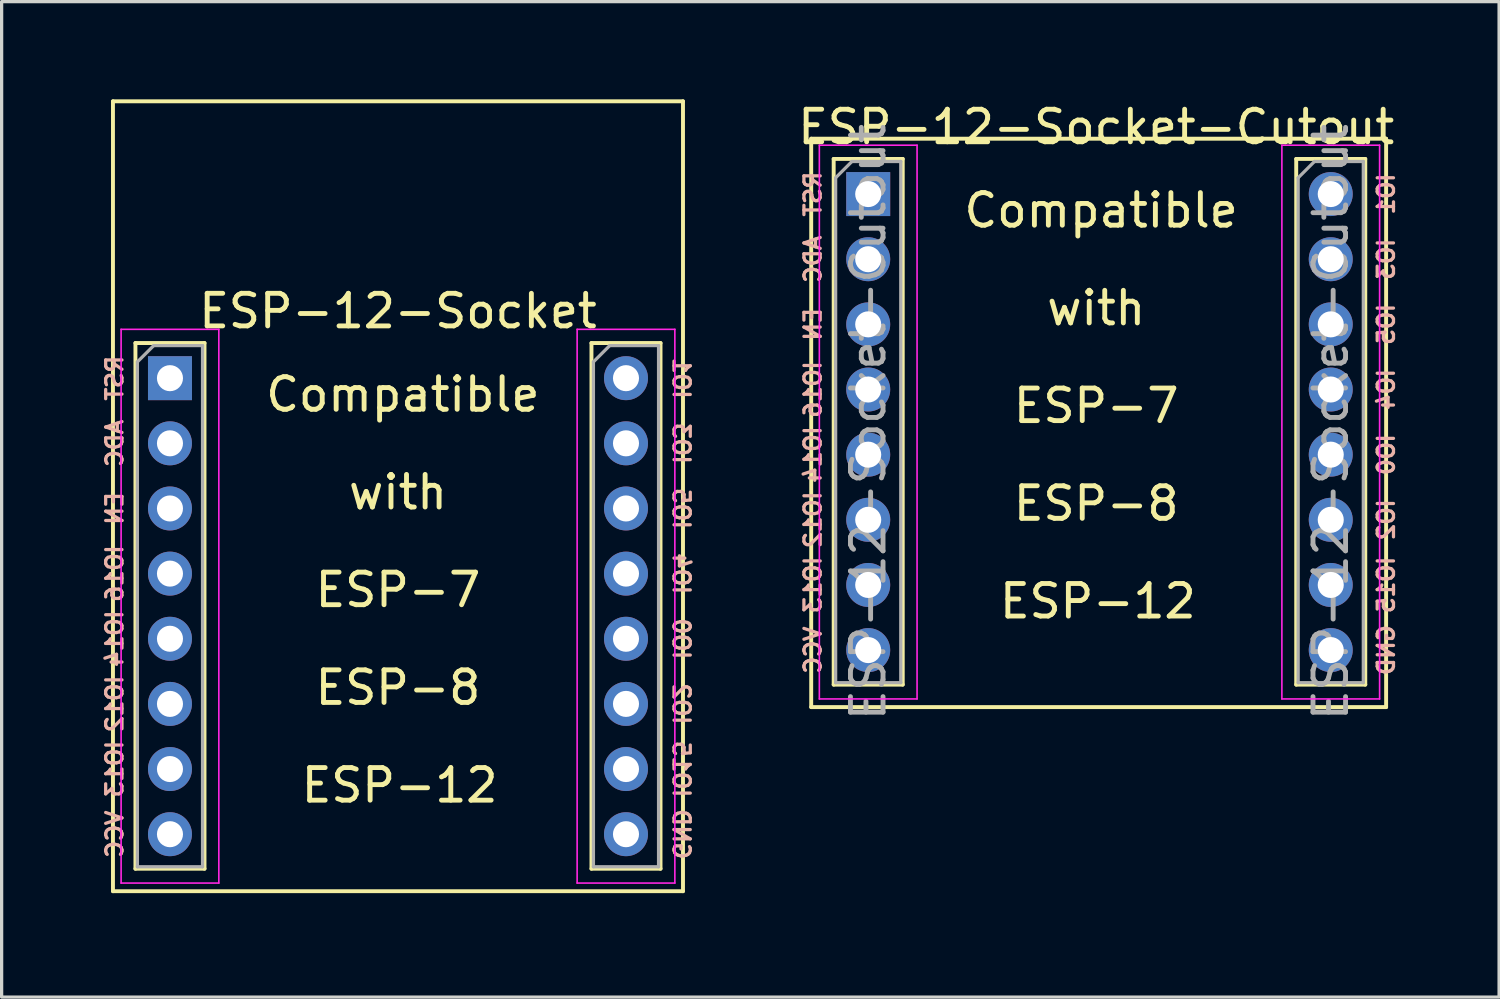
<source format=kicad_pcb>
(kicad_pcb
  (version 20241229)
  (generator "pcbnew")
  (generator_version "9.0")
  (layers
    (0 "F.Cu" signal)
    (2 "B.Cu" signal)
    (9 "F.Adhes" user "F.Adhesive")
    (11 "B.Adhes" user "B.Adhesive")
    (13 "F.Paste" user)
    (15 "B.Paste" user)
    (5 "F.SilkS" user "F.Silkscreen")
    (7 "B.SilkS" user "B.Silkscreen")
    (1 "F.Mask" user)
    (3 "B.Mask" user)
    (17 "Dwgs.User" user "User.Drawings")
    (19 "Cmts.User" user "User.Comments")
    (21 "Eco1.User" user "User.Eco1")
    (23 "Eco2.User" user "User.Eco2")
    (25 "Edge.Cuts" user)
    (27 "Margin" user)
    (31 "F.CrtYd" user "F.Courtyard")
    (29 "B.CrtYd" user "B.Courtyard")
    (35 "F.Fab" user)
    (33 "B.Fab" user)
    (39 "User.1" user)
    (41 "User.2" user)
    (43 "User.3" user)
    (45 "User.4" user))
  (footprint "ESP-12-Socket-Cutout"
    (layer "F.Cu")
    (at 23.604 2.908)
    (property "Reference" "ESP-12-Socket-Cutout" (at 7 -2.06 0) (layer "F.SilkS") (effects (font (size 1 1) (thickness 0.15))))
    (attr through_hole)
    (fp_line (start -1.75 15.75) (end -1.75 -1.7) (stroke (width 0.12) (type solid)) (layer "F.SilkS"))
    (fp_line (start -1.06 -1.079) (end -1.06 15.06) (stroke (width 0.12) (type solid)) (layer "F.SilkS"))
    (fp_line (start -1.06 -1.079) (end 1.06 -1.079) (stroke (width 0.12) (type solid)) (layer "F.SilkS"))
    (fp_line (start -1.06 15.06) (end 1.06 15.06) (stroke (width 0.12) (type solid)) (layer "F.SilkS"))
    (fp_line (start 1.06 -1.079) (end 1.06 15.06) (stroke (width 0.12) (type solid)) (layer "F.SilkS"))
    (fp_line (start 13.14 -1.079) (end 13.14 15.06) (stroke (width 0.12) (type solid)) (layer "F.SilkS"))
    (fp_line (start 13.14 -1.079) (end 15.26 -1.079) (stroke (width 0.12) (type solid)) (layer "F.SilkS"))
    (fp_line (start 13.14 15.06) (end 15.26 15.06) (stroke (width 0.12) (type solid)) (layer "F.SilkS"))
    (fp_line (start 15.26 -1.079) (end 15.26 15.06) (stroke (width 0.12) (type solid)) (layer "F.SilkS"))
    (fp_line (start 15.9 -1.7) (end -1.75 -1.7) (stroke (width 0.12) (type solid)) (layer "F.SilkS"))
    (fp_line (start 15.9 15.75) (end -1.75 15.75) (stroke (width 0.12) (type solid)) (layer "F.SilkS"))
    (fp_line (start 15.9 15.75) (end 15.9 -1.7) (stroke (width 0.12) (type solid)) (layer "F.SilkS"))
    (fp_line (start -1.5 -1.5) (end -1.5 15.5) (stroke (width 0.05) (type solid)) (layer "F.CrtYd"))
    (fp_line (start -1.5 15.5) (end 1.5 15.5) (stroke (width 0.05) (type solid)) (layer "F.CrtYd"))
    (fp_line (start 1.5 -1.5) (end -1.5 -1.5) (stroke (width 0.05) (type solid)) (layer "F.CrtYd"))
    (fp_line (start 1.5 15.5) (end 1.5 -1.5) (stroke (width 0.05) (type solid)) (layer "F.CrtYd"))
    (fp_line (start 12.7 -1.5) (end 12.7 15.5) (stroke (width 0.05) (type solid)) (layer "F.CrtYd"))
    (fp_line (start 12.7 15.5) (end 15.7 15.5) (stroke (width 0.05) (type solid)) (layer "F.CrtYd"))
    (fp_line (start 15.7 -1.5) (end 12.7 -1.5) (stroke (width 0.05) (type solid)) (layer "F.CrtYd"))
    (fp_line (start 15.7 15.5) (end 15.7 -1.5) (stroke (width 0.05) (type solid)) (layer "F.CrtYd"))
    (fp_line (start -1 -0.5) (end -0.5 -1) (stroke (width 0.1) (type solid)) (layer "F.Fab"))
    (fp_line (start -1 15) (end -1 -0.5) (stroke (width 0.1) (type solid)) (layer "F.Fab"))
    (fp_line (start -0.5 -1) (end 1 -1) (stroke (width 0.1) (type solid)) (layer "F.Fab"))
    (fp_line (start 1 -1) (end 1 15) (stroke (width 0.1) (type solid)) (layer "F.Fab"))
    (fp_line (start 1 15) (end -1 15) (stroke (width 0.1) (type solid)) (layer "F.Fab"))
    (fp_line (start 13.2 -0.5) (end 13.7 -1) (stroke (width 0.1) (type solid)) (layer "F.Fab"))
    (fp_line (start 13.2 15) (end 13.2 -0.5) (stroke (width 0.1) (type solid)) (layer "F.Fab"))
    (fp_line (start 13.7 -1) (end 15.2 -1) (stroke (width 0.1) (type solid)) (layer "F.Fab"))
    (fp_line (start 15.2 -1) (end 15.2 15) (stroke (width 0.1) (type solid)) (layer "F.Fab"))
    (fp_line (start 15.2 15) (end 13.2 15) (stroke (width 0.1) (type solid)) (layer "F.Fab"))
    (fp_text user "Compatible" (at 7.15 0.5 0) (layer "F.SilkS") (effects (font (size 1 1) (thickness 0.15))))
    (fp_text user "ESP-7" (at 7 6.5 0) (layer "F.SilkS") (effects (font (size 1 1) (thickness 0.15))))
    (fp_text user "ESP-12" (at 7.05 12.5 0) (layer "F.SilkS") (effects (font (size 1 1) (thickness 0.15))))
    (fp_text user "with" (at 7 3.5 0) (layer "F.SilkS") (effects (font (size 1 1) (thickness 0.15))))
    (fp_text user "ESP-8" (at 7 9.5 0) (layer "F.SilkS") (effects (font (size 1 1) (thickness 0.15))))
    (fp_text user "IO0" (at 15.9 8 90) (layer "B.SilkS") (effects (font (size 0.5 0.5) (thickness 0.1)) (justify mirror)))
    (fp_text user "IO1" (at 15.9 0 90) (layer "B.SilkS") (effects (font (size 0.5 0.5) (thickness 0.1)) (justify mirror)))
    (fp_text user "ADC" (at -1.7 2 270) (layer "B.SilkS") (effects (font (size 0.5 0.5) (thickness 0.1)) (justify mirror)))
    (fp_text user "GND" (at 15.9 14 90) (layer "B.SilkS") (effects (font (size 0.5 0.5) (thickness 0.1)) (justify mirror)))
    (fp_text user "IO3" (at 15.9 2 90) (layer "B.SilkS") (effects (font (size 0.5 0.5) (thickness 0.1)) (justify mirror)))
    (fp_text user "IO4" (at 15.9 6 90) (layer "B.SilkS") (effects (font (size 0.5 0.5) (thickness 0.1)) (justify mirror)))
    (fp_text user "RST" (at -1.7 0 270) (layer "B.SilkS") (effects (font (size 0.5 0.5) (thickness 0.1)) (justify mirror)))
    (fp_text user "IO14" (at -1.7 8 270) (layer "B.SilkS") (effects (font (size 0.5 0.5) (thickness 0.1)) (justify mirror)))
    (fp_text user "EN" (at -1.7 4 270) (layer "B.SilkS") (effects (font (size 0.5 0.5) (thickness 0.1)) (justify mirror)))
    (fp_text user "IO2" (at 15.9 10 90) (layer "B.SilkS") (effects (font (size 0.5 0.5) (thickness 0.1)) (justify mirror)))
    (fp_text user "IO15" (at 15.9 12 90) (layer "B.SilkS") (effects (font (size 0.5 0.5) (thickness 0.1)) (justify mirror)))
    (fp_text user "IO16" (at -1.7 6 270) (layer "B.SilkS") (effects (font (size 0.5 0.5) (thickness 0.1)) (justify mirror)))
    (fp_text user "VCC" (at -1.7 14 270) (layer "B.SilkS") (effects (font (size 0.5 0.5) (thickness 0.1)) (justify mirror)))
    (fp_text user "IO5" (at 15.9 4 90) (layer "B.SilkS") (effects (font (size 0.5 0.5) (thickness 0.1)) (justify mirror)))
    (fp_text user "IO13" (at -1.7 12 270) (layer "B.SilkS") (effects (font (size 0.5 0.5) (thickness 0.1)) (justify mirror)))
    (fp_text user "IO12" (at -1.7 10 270) (layer "B.SilkS") (effects (font (size 0.5 0.5) (thickness 0.1)) (justify mirror)))
    (fp_text user "${REFERENCE}" (at 0 7 90) (layer "F.Fab") (effects (font (size 1 1) (thickness 0.15))))
    (fp_text user "${REFERENCE}" (at 14.2 7 90) (layer "F.Fab") (effects (font (size 1 1) (thickness 0.15))))
    (pad "1" thru_hole rect (at 0 0) (size 1.35 1.35) (drill 0.8) (layers "*.Cu" "*.Mask"))
    (pad "2" thru_hole oval (at 0 2) (size 1.35 1.35) (drill 0.8) (layers "*.Cu" "*.Mask"))
    (pad "3" thru_hole oval (at 0 4) (size 1.35 1.35) (drill 0.8) (layers "*.Cu" "*.Mask"))
    (pad "4" thru_hole oval (at 0 6) (size 1.35 1.35) (drill 0.8) (layers "*.Cu" "*.Mask"))
    (pad "5" thru_hole oval (at 0 8) (size 1.35 1.35) (drill 0.8) (layers "*.Cu" "*.Mask"))
    (pad "6" thru_hole oval (at 0 10) (size 1.35 1.35) (drill 0.8) (layers "*.Cu" "*.Mask"))
    (pad "7" thru_hole oval (at 0 12) (size 1.35 1.35) (drill 0.8) (layers "*.Cu" "*.Mask"))
    (pad "8" thru_hole oval (at 0 14) (size 1.35 1.35) (drill 0.8) (layers "*.Cu" "*.Mask"))
    (pad "15" thru_hole oval (at 14.2 14) (size 1.35 1.35) (drill 0.8) (layers "*.Cu" "*.Mask"))
    (pad "16" thru_hole oval (at 14.2 12) (size 1.35 1.35) (drill 0.8) (layers "*.Cu" "*.Mask"))
    (pad "17" thru_hole oval (at 14.2 10) (size 1.35 1.35) (drill 0.8) (layers "*.Cu" "*.Mask"))
    (pad "18" thru_hole oval (at 14.2 8) (size 1.35 1.35) (drill 0.8) (layers "*.Cu" "*.Mask"))
    (pad "19" thru_hole oval (at 14.2 6) (size 1.35 1.35) (drill 0.8) (layers "*.Cu" "*.Mask"))
    (pad "20" thru_hole oval (at 14.2 4) (size 1.35 1.35) (drill 0.8) (layers "*.Cu" "*.Mask"))
    (pad "21" thru_hole oval (at 14.2 2) (size 1.35 1.35) (drill 0.8) (layers "*.Cu" "*.Mask"))
    (pad "22" thru_hole circle (at 14.2 0) (size 1.35 1.35) (drill 0.8) (layers "*.Cu" "*.Mask")))
  (footprint "ESP-12-Socket"
    (layer "F.Cu")
    (at 0.418 24.31)
    (property "Reference" "ESP-12-Socket" (at 8.75 -17.81 0) (layer "F.SilkS") (effects (font (size 1 1) (thickness 0.15))))
    (attr through_hole)
    (fp_line (start 0 0) (end 0 -24.25) (stroke (width 0.12) (type solid)) (layer "F.SilkS"))
    (fp_line (start 0.69 -16.829) (end 0.69 -0.69) (stroke (width 0.12) (type solid)) (layer "F.SilkS"))
    (fp_line (start 0.69 -16.829) (end 2.81 -16.829) (stroke (width 0.12) (type solid)) (layer "F.SilkS"))
    (fp_line (start 0.69 -0.69) (end 2.81 -0.69) (stroke (width 0.12) (type solid)) (layer "F.SilkS"))
    (fp_line (start 2.81 -16.829) (end 2.81 -0.69) (stroke (width 0.12) (type solid)) (layer "F.SilkS"))
    (fp_line (start 14.69 -16.829) (end 14.69 -0.69) (stroke (width 0.12) (type solid)) (layer "F.SilkS"))
    (fp_line (start 14.69 -16.829) (end 16.81 -16.829) (stroke (width 0.12) (type solid)) (layer "F.SilkS"))
    (fp_line (start 14.69 -0.69) (end 16.81 -0.69) (stroke (width 0.12) (type solid)) (layer "F.SilkS"))
    (fp_line (start 16.81 -16.829) (end 16.81 -0.69) (stroke (width 0.12) (type solid)) (layer "F.SilkS"))
    (fp_line (start 17.5 -24.25) (end 0 -24.25) (stroke (width 0.12) (type solid)) (layer "F.SilkS"))
    (fp_line (start 17.5 0) (end 0 0) (stroke (width 0.12) (type solid)) (layer "F.SilkS"))
    (fp_line (start 17.5 0) (end 17.5 -24.25) (stroke (width 0.12) (type solid)) (layer "F.SilkS"))
    (fp_line (start 0.25 -17.25) (end 0.25 -0.25) (stroke (width 0.05) (type solid)) (layer "F.CrtYd"))
    (fp_line (start 0.25 -0.25) (end 3.25 -0.25) (stroke (width 0.05) (type solid)) (layer "F.CrtYd"))
    (fp_line (start 3.25 -17.25) (end 0.25 -17.25) (stroke (width 0.05) (type solid)) (layer "F.CrtYd"))
    (fp_line (start 3.25 -0.25) (end 3.25 -17.25) (stroke (width 0.05) (type solid)) (layer "F.CrtYd"))
    (fp_line (start 14.25 -17.25) (end 14.25 -0.25) (stroke (width 0.05) (type solid)) (layer "F.CrtYd"))
    (fp_line (start 14.25 -0.25) (end 17.25 -0.25) (stroke (width 0.05) (type solid)) (layer "F.CrtYd"))
    (fp_line (start 17.25 -17.25) (end 14.25 -17.25) (stroke (width 0.05) (type solid)) (layer "F.CrtYd"))
    (fp_line (start 17.25 -0.25) (end 17.25 -17.25) (stroke (width 0.05) (type solid)) (layer "F.CrtYd"))
    (fp_line (start 0.75 -16.25) (end 1.25 -16.75) (stroke (width 0.1) (type solid)) (layer "F.Fab"))
    (fp_line (start 0.75 -0.75) (end 0.75 -16.25) (stroke (width 0.1) (type solid)) (layer "F.Fab"))
    (fp_line (start 1.25 -16.75) (end 2.75 -16.75) (stroke (width 0.1) (type solid)) (layer "F.Fab"))
    (fp_line (start 2.75 -16.75) (end 2.75 -0.75) (stroke (width 0.1) (type solid)) (layer "F.Fab"))
    (fp_line (start 2.75 -0.75) (end 0.75 -0.75) (stroke (width 0.1) (type solid)) (layer "F.Fab"))
    (fp_line (start 14.75 -16.25) (end 15.25 -16.75) (stroke (width 0.1) (type solid)) (layer "F.Fab"))
    (fp_line (start 14.75 -0.75) (end 14.75 -16.25) (stroke (width 0.1) (type solid)) (layer "F.Fab"))
    (fp_line (start 15.25 -16.75) (end 16.75 -16.75) (stroke (width 0.1) (type solid)) (layer "F.Fab"))
    (fp_line (start 16.75 -16.75) (end 16.75 -0.75) (stroke (width 0.1) (type solid)) (layer "F.Fab"))
    (fp_line (start 16.75 -0.75) (end 14.75 -0.75) (stroke (width 0.1) (type solid)) (layer "F.Fab"))
    (fp_text user "with" (at 8.75 -12.25 0) (layer "F.SilkS") (effects (font (size 1 1) (thickness 0.15))))
    (fp_text user "ESP-12" (at 8.8 -3.25 0) (layer "F.SilkS") (effects (font (size 1 1) (thickness 0.15))))
    (fp_text user "ESP-8" (at 8.75 -6.25 0) (layer "F.SilkS") (effects (font (size 1 1) (thickness 0.15))))
    (fp_text user "Compatible" (at 8.9 -15.25 0) (layer "F.SilkS") (effects (font (size 1 1) (thickness 0.15))))
    (fp_text user "ESP-7" (at 8.75 -9.25 0) (layer "F.SilkS") (effects (font (size 1 1) (thickness 0.15))))
    (fp_text user "IO13" (at 0.05 -3.75 270) (layer "B.SilkS") (effects (font (size 0.5 0.5) (thickness 0.1)) (justify mirror)))
    (fp_text user "VCC" (at 0.05 -1.75 270) (layer "B.SilkS") (effects (font (size 0.5 0.5) (thickness 0.1)) (justify mirror)))
    (fp_text user "IO12" (at 0.05 -5.75 270) (layer "B.SilkS") (effects (font (size 0.5 0.5) (thickness 0.1)) (justify mirror)))
    (fp_text user "IO15" (at 17.45 -3.75 270) (unlocked yes) (layer "B.SilkS") (effects (font (size 0.5 0.5) (thickness 0.1)) (justify mirror)))
    (fp_text user "ADC" (at 0.05 -13.75 270) (layer "B.SilkS") (effects (font (size 0.5 0.5) (thickness 0.1)) (justify mirror)))
    (fp_text user "IO16" (at 0.05 -9.75 270) (layer "B.SilkS") (effects (font (size 0.5 0.5) (thickness 0.1)) (justify mirror)))
    (fp_text user "IO4" (at 17.45 -9.75 270) (unlocked yes) (layer "B.SilkS") (effects (font (size 0.5 0.5) (thickness 0.1)) (justify mirror)))
    (fp_text user "IO1" (at 17.45 -15.75 270) (unlocked yes) (layer "B.SilkS") (effects (font (size 0.5 0.5) (thickness 0.1)) (justify mirror)))
    (fp_text user "IO14" (at 0.05 -7.75 270) (layer "B.SilkS") (effects (font (size 0.5 0.5) (thickness 0.1)) (justify mirror)))
    (fp_text user "IO2" (at 17.45 -5.75 270) (unlocked yes) (layer "B.SilkS") (effects (font (size 0.5 0.5) (thickness 0.1)) (justify mirror)))
    (fp_text user "IO3" (at 17.45 -13.75 270) (unlocked yes) (layer "B.SilkS") (effects (font (size 0.5 0.5) (thickness 0.1)) (justify mirror)))
    (fp_text user "RST" (at 0.05 -15.75 270) (layer "B.SilkS") (effects (font (size 0.5 0.5) (thickness 0.1)) (justify mirror)))
    (fp_text user "IO5" (at 17.45 -11.75 270) (unlocked yes) (layer "B.SilkS") (effects (font (size 0.5 0.5) (thickness 0.1)) (justify mirror)))
    (fp_text user "GND" (at 17.45 -1.75 270) (unlocked yes) (layer "B.SilkS") (effects (font (size 0.5 0.5) (thickness 0.1)) (justify mirror)))
    (fp_text user "IO0" (at 17.45 -7.75 270) (unlocked yes) (layer "B.SilkS") (effects (font (size 0.5 0.5) (thickness 0.1)) (justify mirror)))
    (fp_text user "EN" (at 0.05 -11.75 270) (layer "B.SilkS") (effects (font (size 0.5 0.5) (thickness 0.1)) (justify mirror)))
    (pad "1" thru_hole rect (at 1.75 -15.75) (size 1.35 1.35) (drill 0.8) (layers "*.Cu" "*.Mask"))
    (pad "2" thru_hole oval (at 1.75 -13.75) (size 1.35 1.35) (drill 0.8) (layers "*.Cu" "*.Mask"))
    (pad "3" thru_hole oval (at 1.75 -11.75) (size 1.35 1.35) (drill 0.8) (layers "*.Cu" "*.Mask"))
    (pad "4" thru_hole oval (at 1.75 -9.75) (size 1.35 1.35) (drill 0.8) (layers "*.Cu" "*.Mask"))
    (pad "5" thru_hole oval (at 1.75 -7.75) (size 1.35 1.35) (drill 0.8) (layers "*.Cu" "*.Mask"))
    (pad "6" thru_hole oval (at 1.75 -5.75) (size 1.35 1.35) (drill 0.8) (layers "*.Cu" "*.Mask"))
    (pad "7" thru_hole oval (at 1.75 -3.75) (size 1.35 1.35) (drill 0.8) (layers "*.Cu" "*.Mask"))
    (pad "8" thru_hole oval (at 1.75 -1.75) (size 1.35 1.35) (drill 0.8) (layers "*.Cu" "*.Mask"))
    (pad "15" thru_hole oval (at 15.75 -1.75) (size 1.35 1.35) (drill 0.8) (layers "*.Cu" "*.Mask"))
    (pad "16" thru_hole oval (at 15.75 -3.75) (size 1.35 1.35) (drill 0.8) (layers "*.Cu" "*.Mask"))
    (pad "17" thru_hole oval (at 15.75 -5.75) (size 1.35 1.35) (drill 0.8) (layers "*.Cu" "*.Mask"))
    (pad "18" thru_hole oval (at 15.75 -7.75) (size 1.35 1.35) (drill 0.8) (layers "*.Cu" "*.Mask"))
    (pad "19" thru_hole oval (at 15.75 -9.75) (size 1.35 1.35) (drill 0.8) (layers "*.Cu" "*.Mask"))
    (pad "20" thru_hole oval (at 15.75 -11.75) (size 1.35 1.35) (drill 0.8) (layers "*.Cu" "*.Mask"))
    (pad "21" thru_hole oval (at 15.75 -13.75) (size 1.35 1.35) (drill 0.8) (layers "*.Cu" "*.Mask"))
    (pad "22" thru_hole circle (at 15.75 -15.75) (size 1.35 1.35) (drill 0.8) (layers "*.Cu" "*.Mask")))
  (gr_rect
    (start -3 -3)
    (end 42.972 27.56)
    (stroke (width 0.1) (type default))
    (fill no)
    (layer "Edge.Cuts")))
</source>
